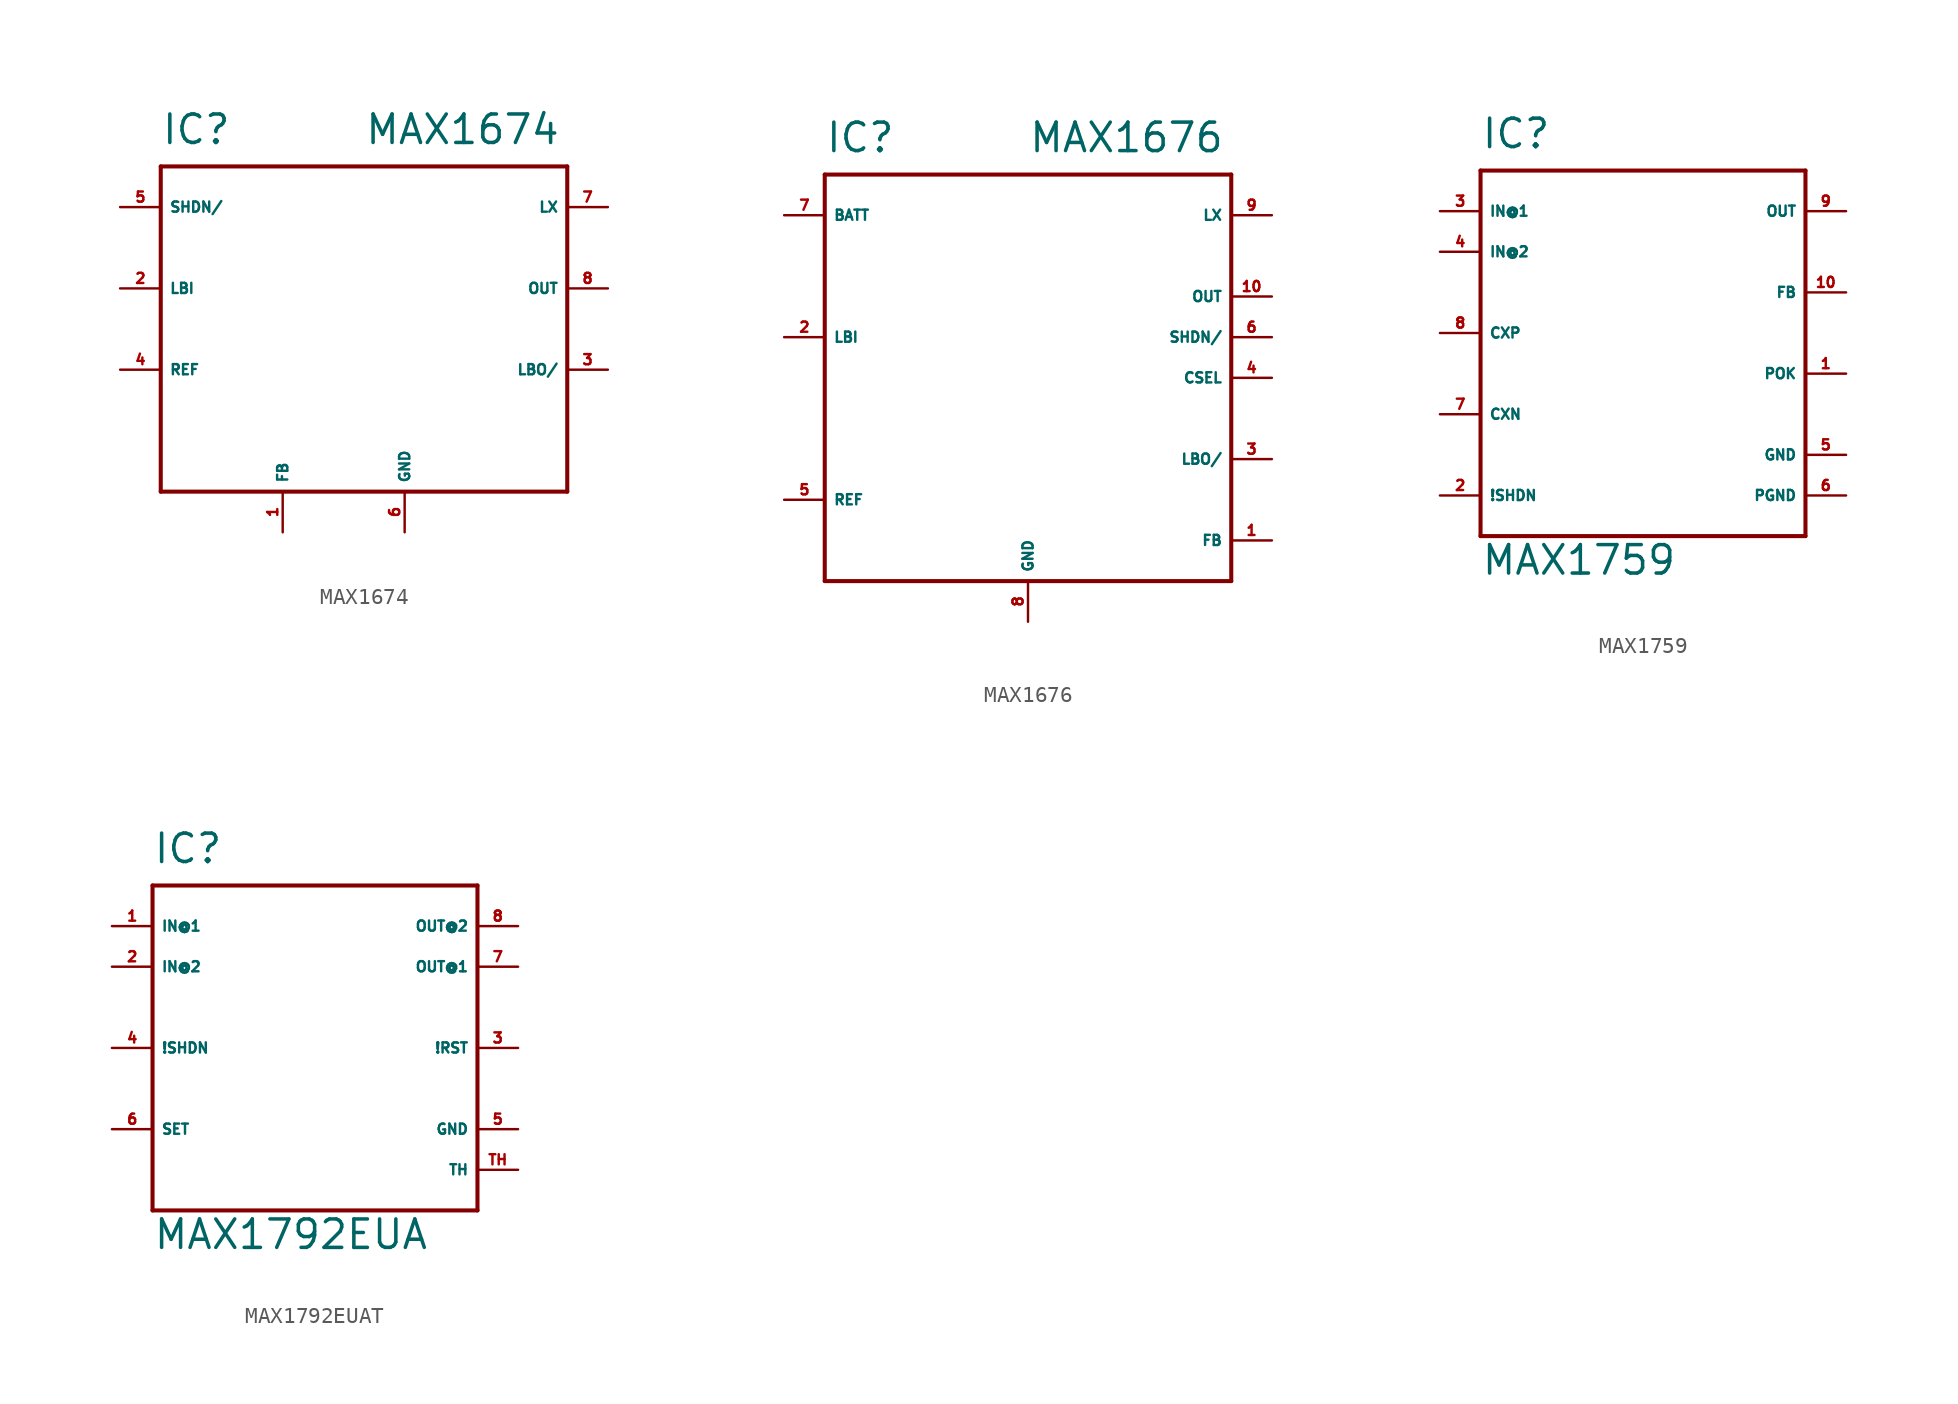
<source format=kicad_sym>
(kicad_symbol_lib
  (version 20220914)
  (generator Eagle2Kicad)
  (symbol "MAX1674"
    (property "Reference" "IC"
      (at -12.7 11.43 0)
      (effects (font (size 1.778 1.778) (thickness 0.22)) (justify left bottom)))
    (property "Value" "MAX1674"
      (at 0 11.43 0)
      (effects (font (size 1.778 1.778) (thickness 0.22)) (justify left bottom)))
    (polyline
      (pts (xy -12.7 10.16) (xy 12.7 10.16))
      (stroke (width 0.254) (type default))
      (fill (type none)))
    (polyline
      (pts (xy 12.7 10.16) (xy 12.7 -10.16))
      (stroke (width 0.254) (type default))
      (fill (type none)))
    (polyline
      (pts (xy 12.7 -10.16) (xy -12.7 -10.16))
      (stroke (width 0.254) (type default))
      (fill (type none)))
    (polyline
      (pts (xy -12.7 -10.16) (xy -12.7 10.16))
      (stroke (width 0.254) (type default))
      (fill (type none)))
    (pin input line
      (at -15.24 7.62 0)
      (length 2.54)
      (name "SHDN/" (effects (font (size 0.635 0.635) (thickness 0.08)) (justify left bottom)))
      (number "5" (effects (font (size 0.635 0.635) (thickness 0.08)) (justify left bottom))))
    (pin input line
      (at -15.24 2.54 0)
      (length 2.54)
      (name "LBI" (effects (font (size 0.635 0.635) (thickness 0.08)) (justify left bottom)))
      (number "2" (effects (font (size 0.635 0.635) (thickness 0.08)) (justify left bottom))))
    (pin output line
      (at 15.24 -2.54 180)
      (length 2.54)
      (name "LBO/" (effects (font (size 0.635 0.635) (thickness 0.08)) (justify left bottom)))
      (number "3" (effects (font (size 0.635 0.635) (thickness 0.08)) (justify left bottom))))
    (pin passive line
      (at -15.24 -2.54 0)
      (length 2.54)
      (name "REF" (effects (font (size 0.635 0.635) (thickness 0.08)) (justify left bottom)))
      (number "4" (effects (font (size 0.635 0.635) (thickness 0.08)) (justify left bottom))))
    (pin input line
      (at -5.08 -12.7 90)
      (length 2.54)
      (name "FB" (effects (font (size 0.635 0.635) (thickness 0.08)) (justify left bottom)))
      (number "1" (effects (font (size 0.635 0.635) (thickness 0.08)) (justify left bottom))))
    (pin passive line
      (at 15.24 7.62 180)
      (length 2.54)
      (name "LX" (effects (font (size 0.635 0.635) (thickness 0.08)) (justify left bottom)))
      (number "7" (effects (font (size 0.635 0.635) (thickness 0.08)) (justify left bottom))))
    (pin output line
      (at 15.24 2.54 180)
      (length 2.54)
      (name "OUT" (effects (font (size 0.635 0.635) (thickness 0.08)) (justify left bottom)))
      (number "8" (effects (font (size 0.635 0.635) (thickness 0.08)) (justify left bottom))))
    (pin unspecified line
      (at 2.54 -12.7 90)
      (length 2.54)
      (name "GND" (effects (font (size 0.635 0.635) (thickness 0.08)) (justify left bottom)))
      (number "6" (effects (font (size 0.635 0.635) (thickness 0.08)) (justify left bottom)))))
  (symbol "MAX1676"
    (property "Reference" "IC"
      (at -12.7 16.51 0)
      (effects (font (size 1.778 1.778) (thickness 0.22)) (justify left bottom)))
    (property "Value" "MAX1676"
      (at 0 16.51 0)
      (effects (font (size 1.778 1.778) (thickness 0.22)) (justify left bottom)))
    (polyline
      (pts (xy -12.7 15.24) (xy 12.7 15.24))
      (stroke (width 0.254) (type default))
      (fill (type none)))
    (polyline
      (pts (xy 12.7 15.24) (xy 12.7 -10.16))
      (stroke (width 0.254) (type default))
      (fill (type none)))
    (polyline
      (pts (xy 12.7 -10.16) (xy -12.7 -10.16))
      (stroke (width 0.254) (type default))
      (fill (type none)))
    (polyline
      (pts (xy -12.7 -10.16) (xy -12.7 15.24))
      (stroke (width 0.254) (type default))
      (fill (type none)))
    (pin input line
      (at 15.24 5.08 180)
      (length 2.54)
      (name "SHDN/" (effects (font (size 0.635 0.635) (thickness 0.08)) (justify left bottom)))
      (number "6" (effects (font (size 0.635 0.635) (thickness 0.08)) (justify left bottom))))
    (pin input line
      (at -15.24 5.08 0)
      (length 2.54)
      (name "LBI" (effects (font (size 0.635 0.635) (thickness 0.08)) (justify left bottom)))
      (number "2" (effects (font (size 0.635 0.635) (thickness 0.08)) (justify left bottom))))
    (pin output line
      (at 15.24 -2.54 180)
      (length 2.54)
      (name "LBO/" (effects (font (size 0.635 0.635) (thickness 0.08)) (justify left bottom)))
      (number "3" (effects (font (size 0.635 0.635) (thickness 0.08)) (justify left bottom))))
    (pin passive line
      (at -15.24 -5.08 0)
      (length 2.54)
      (name "REF" (effects (font (size 0.635 0.635) (thickness 0.08)) (justify left bottom)))
      (number "5" (effects (font (size 0.635 0.635) (thickness 0.08)) (justify left bottom))))
    (pin input line
      (at 15.24 -7.62 180)
      (length 2.54)
      (name "FB" (effects (font (size 0.635 0.635) (thickness 0.08)) (justify left bottom)))
      (number "1" (effects (font (size 0.635 0.635) (thickness 0.08)) (justify left bottom))))
    (pin passive line
      (at 15.24 12.7 180)
      (length 2.54)
      (name "LX" (effects (font (size 0.635 0.635) (thickness 0.08)) (justify left bottom)))
      (number "9" (effects (font (size 0.635 0.635) (thickness 0.08)) (justify left bottom))))
    (pin output line
      (at 15.24 7.62 180)
      (length 2.54)
      (name "OUT" (effects (font (size 0.635 0.635) (thickness 0.08)) (justify left bottom)))
      (number "10" (effects (font (size 0.635 0.635) (thickness 0.08)) (justify left bottom))))
    (pin unspecified line
      (at 0 -12.7 90)
      (length 2.54)
      (name "GND" (effects (font (size 0.635 0.635) (thickness 0.08)) (justify left bottom)))
      (number "8" (effects (font (size 0.635 0.635) (thickness 0.08)) (justify left bottom))))
    (pin input line
      (at -15.24 12.7 0)
      (length 2.54)
      (name "BATT" (effects (font (size 0.635 0.635) (thickness 0.08)) (justify left bottom)))
      (number "7" (effects (font (size 0.635 0.635) (thickness 0.08)) (justify left bottom))))
    (pin input line
      (at 15.24 2.54 180)
      (length 2.54)
      (name "CSEL" (effects (font (size 0.635 0.635) (thickness 0.08)) (justify left bottom)))
      (number "4" (effects (font (size 0.635 0.635) (thickness 0.08)) (justify left bottom)))))
  (symbol "MAX1759"
    (property "Reference" "IC"
      (at -10.16 11.43 0)
      (effects (font (size 1.778 1.778) (thickness 0.22)) (justify left bottom)))
    (property "Value" "MAX1759"
      (at -10.16 -15.24 0)
      (effects (font (size 1.778 1.778) (thickness 0.22)) (justify left bottom)))
    (polyline
      (pts (xy -10.16 10.16) (xy 10.16 10.16))
      (stroke (width 0.254) (type default))
      (fill (type none)))
    (polyline
      (pts (xy 10.16 10.16) (xy 10.16 -12.7))
      (stroke (width 0.254) (type default))
      (fill (type none)))
    (polyline
      (pts (xy 10.16 -12.7) (xy -10.16 -12.7))
      (stroke (width 0.254) (type default))
      (fill (type none)))
    (polyline
      (pts (xy -10.16 -12.7) (xy -10.16 10.16))
      (stroke (width 0.254) (type default))
      (fill (type none)))
    (pin input line
      (at -12.7 7.62 0)
      (length 2.54)
      (name "IN@1" (effects (font (size 0.635 0.635) (thickness 0.08)) (justify left bottom)))
      (number "3" (effects (font (size 0.635 0.635) (thickness 0.08)) (justify left bottom))))
    (pin input line
      (at -12.7 5.08 0)
      (length 2.54)
      (name "IN@2" (effects (font (size 0.635 0.635) (thickness 0.08)) (justify left bottom)))
      (number "4" (effects (font (size 0.635 0.635) (thickness 0.08)) (justify left bottom))))
    (pin input line
      (at -12.7 -10.16 0)
      (length 2.54)
      (name "!SHDN" (effects (font (size 0.635 0.635) (thickness 0.08)) (justify left bottom)))
      (number "2" (effects (font (size 0.635 0.635) (thickness 0.08)) (justify left bottom))))
    (pin open_collector line
      (at 12.7 -2.54 180)
      (length 2.54)
      (name "POK" (effects (font (size 0.635 0.635) (thickness 0.08)) (justify left bottom)))
      (number "1" (effects (font (size 0.635 0.635) (thickness 0.08)) (justify left bottom))))
    (pin unspecified line
      (at 12.7 -7.62 180)
      (length 2.54)
      (name "GND" (effects (font (size 0.635 0.635) (thickness 0.08)) (justify left bottom)))
      (number "5" (effects (font (size 0.635 0.635) (thickness 0.08)) (justify left bottom))))
    (pin input line
      (at 12.7 2.54 180)
      (length 2.54)
      (name "FB" (effects (font (size 0.635 0.635) (thickness 0.08)) (justify left bottom)))
      (number "10" (effects (font (size 0.635 0.635) (thickness 0.08)) (justify left bottom))))
    (pin passive line
      (at 12.7 7.62 180)
      (length 2.54)
      (name "OUT" (effects (font (size 0.635 0.635) (thickness 0.08)) (justify left bottom)))
      (number "9" (effects (font (size 0.635 0.635) (thickness 0.08)) (justify left bottom))))
    (pin unspecified line
      (at 12.7 -10.16 180)
      (length 2.54)
      (name "PGND" (effects (font (size 0.635 0.635) (thickness 0.08)) (justify left bottom)))
      (number "6" (effects (font (size 0.635 0.635) (thickness 0.08)) (justify left bottom))))
    (pin input line
      (at -12.7 0 0)
      (length 2.54)
      (name "CXP" (effects (font (size 0.635 0.635) (thickness 0.08)) (justify left bottom)))
      (number "8" (effects (font (size 0.635 0.635) (thickness 0.08)) (justify left bottom))))
    (pin input line
      (at -12.7 -5.08 0)
      (length 2.54)
      (name "CXN" (effects (font (size 0.635 0.635) (thickness 0.08)) (justify left bottom)))
      (number "7" (effects (font (size 0.635 0.635) (thickness 0.08)) (justify left bottom)))))
  (symbol "MAX1792EUAT"
    (property "Reference" "IC"
      (at -10.16 8.89 0)
      (effects (font (size 1.778 1.778) (thickness 0.22)) (justify left bottom)))
    (property "Value" "MAX1792EUA"
      (at -10.16 -15.24 0)
      (effects (font (size 1.778 1.778) (thickness 0.22)) (justify left bottom)))
    (polyline
      (pts (xy -10.16 7.62) (xy 10.16 7.62))
      (stroke (width 0.254) (type default))
      (fill (type none)))
    (polyline
      (pts (xy 10.16 7.62) (xy 10.16 -12.7))
      (stroke (width 0.254) (type default))
      (fill (type none)))
    (polyline
      (pts (xy 10.16 -12.7) (xy -10.16 -12.7))
      (stroke (width 0.254) (type default))
      (fill (type none)))
    (polyline
      (pts (xy -10.16 -12.7) (xy -10.16 7.62))
      (stroke (width 0.254) (type default))
      (fill (type none)))
    (pin input line
      (at -12.7 5.08 0)
      (length 2.54)
      (name "IN@1" (effects (font (size 0.635 0.635) (thickness 0.08)) (justify left bottom)))
      (number "1" (effects (font (size 0.635 0.635) (thickness 0.08)) (justify left bottom))))
    (pin input line
      (at -12.7 2.54 0)
      (length 2.54)
      (name "IN@2" (effects (font (size 0.635 0.635) (thickness 0.08)) (justify left bottom)))
      (number "2" (effects (font (size 0.635 0.635) (thickness 0.08)) (justify left bottom))))
    (pin input line
      (at -12.7 -2.54 0)
      (length 2.54)
      (name "!SHDN" (effects (font (size 0.635 0.635) (thickness 0.08)) (justify left bottom)))
      (number "4" (effects (font (size 0.635 0.635) (thickness 0.08)) (justify left bottom))))
    (pin input line
      (at -12.7 -7.62 0)
      (length 2.54)
      (name "SET" (effects (font (size 0.635 0.635) (thickness 0.08)) (justify left bottom)))
      (number "6" (effects (font (size 0.635 0.635) (thickness 0.08)) (justify left bottom))))
    (pin unspecified line
      (at 12.7 -7.62 180)
      (length 2.54)
      (name "GND" (effects (font (size 0.635 0.635) (thickness 0.08)) (justify left bottom)))
      (number "5" (effects (font (size 0.635 0.635) (thickness 0.08)) (justify left bottom))))
    (pin output line
      (at 12.7 -2.54 180)
      (length 2.54)
      (name "!RST" (effects (font (size 0.635 0.635) (thickness 0.08)) (justify left bottom)))
      (number "3" (effects (font (size 0.635 0.635) (thickness 0.08)) (justify left bottom))))
    (pin passive line
      (at 12.7 2.54 180)
      (length 2.54)
      (name "OUT@1" (effects (font (size 0.635 0.635) (thickness 0.08)) (justify left bottom)))
      (number "7" (effects (font (size 0.635 0.635) (thickness 0.08)) (justify left bottom))))
    (pin passive line
      (at 12.7 5.08 180)
      (length 2.54)
      (name "OUT@2" (effects (font (size 0.635 0.635) (thickness 0.08)) (justify left bottom)))
      (number "8" (effects (font (size 0.635 0.635) (thickness 0.08)) (justify left bottom))))
    (pin passive line
      (at 12.7 -10.16 180)
      (length 2.54)
      (name "TH" (effects (font (size 0.635 0.635) (thickness 0.08)) (justify left bottom)))
      (number "TH" (effects (font (size 0.635 0.635) (thickness 0.08)) (justify left bottom))))))
</source>
